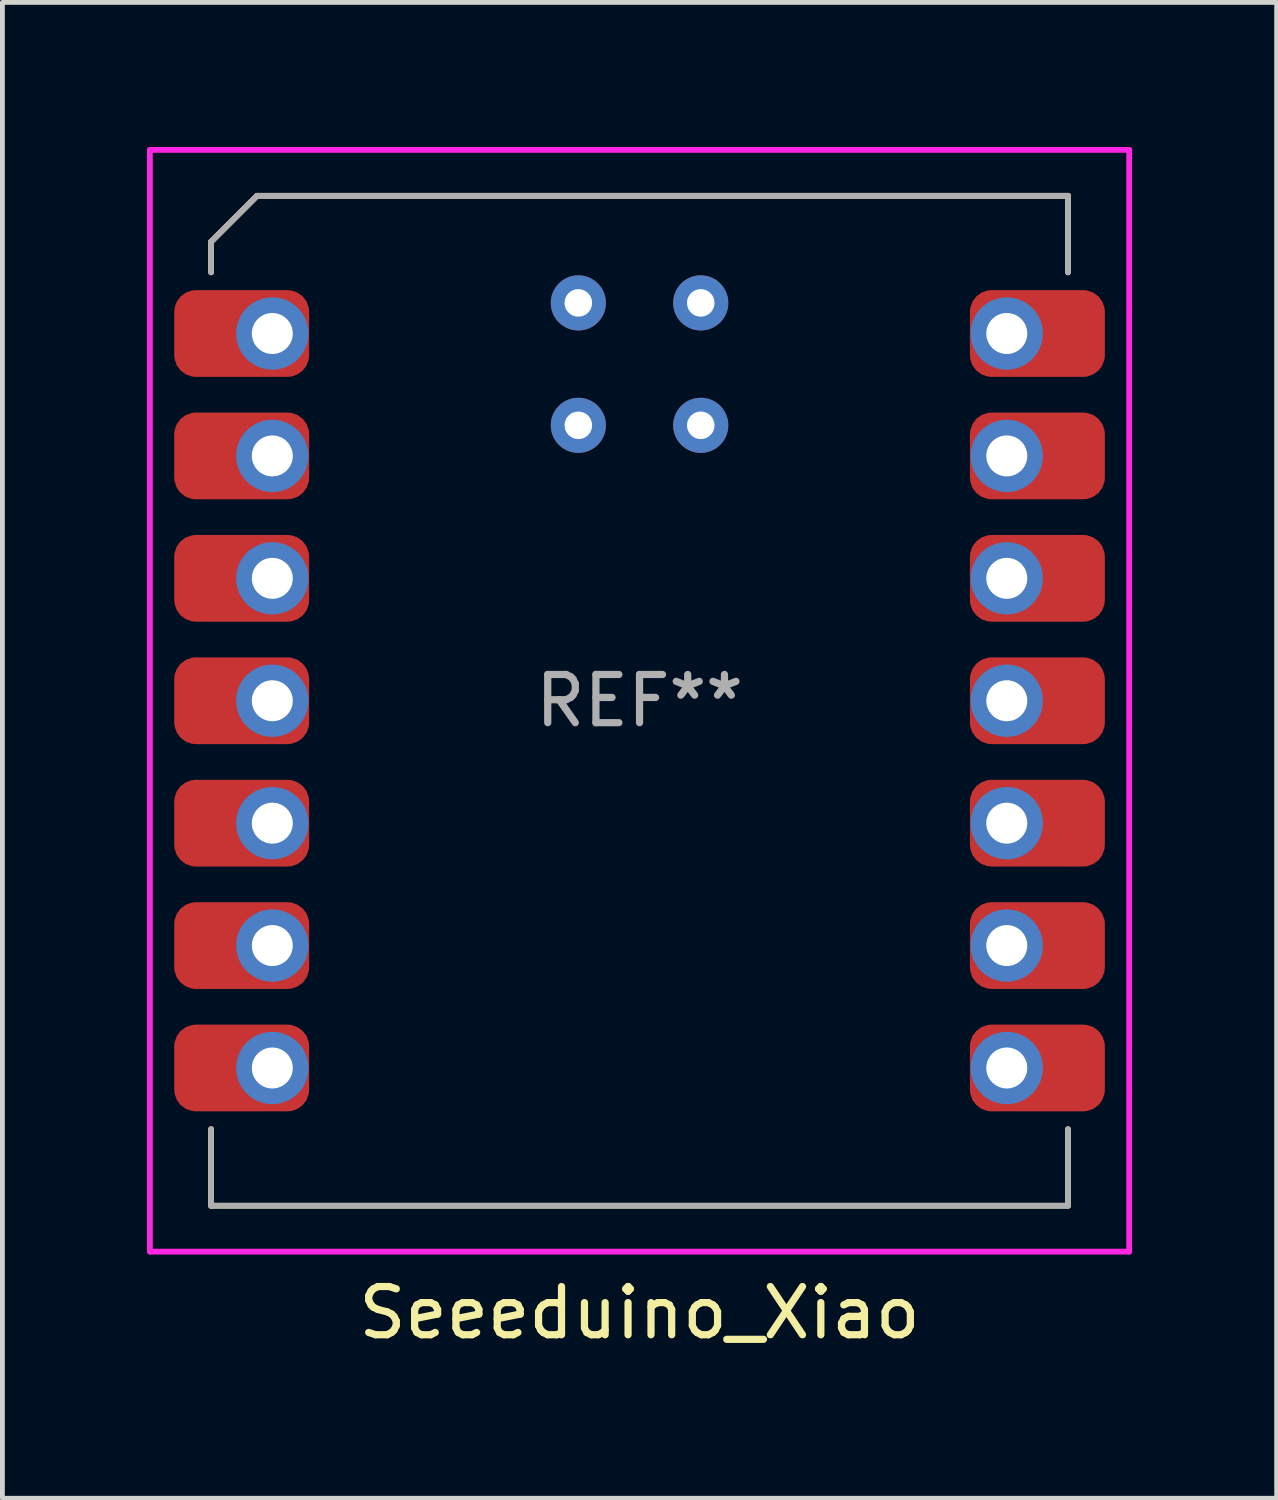
<source format=kicad_pcb>
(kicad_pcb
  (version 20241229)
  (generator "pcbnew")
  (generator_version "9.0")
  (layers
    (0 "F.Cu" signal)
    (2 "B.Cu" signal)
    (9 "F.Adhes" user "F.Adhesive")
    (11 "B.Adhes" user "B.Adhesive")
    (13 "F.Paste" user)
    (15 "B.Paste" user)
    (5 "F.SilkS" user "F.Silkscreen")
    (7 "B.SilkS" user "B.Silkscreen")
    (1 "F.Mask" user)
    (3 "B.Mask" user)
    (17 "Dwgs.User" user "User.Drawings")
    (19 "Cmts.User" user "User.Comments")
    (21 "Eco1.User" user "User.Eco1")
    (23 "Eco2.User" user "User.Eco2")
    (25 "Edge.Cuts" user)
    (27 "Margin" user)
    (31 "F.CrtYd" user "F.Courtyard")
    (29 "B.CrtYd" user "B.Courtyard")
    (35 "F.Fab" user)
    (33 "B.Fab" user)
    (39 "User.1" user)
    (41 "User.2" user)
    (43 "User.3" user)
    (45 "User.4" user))
  (footprint "Seeeduino_Xiao"
    (layer "F.Cu")
    (at 2.6 3.87)
    (property "Reference" "Seeeduino_Xiao" (at 7.62 20.32 0) (layer "F.SilkS") (effects (font (size 1 1) (thickness 0.15))))
    (attr through_hole)
    (fp_line (start -1.27 -1.905) (end -0.318 -2.857) (stroke (width 0.12) (type solid)) (layer "F.SilkS"))
    (fp_line (start -1.27 -1.27) (end -1.27 -1.905) (stroke (width 0.12) (type solid)) (layer "F.SilkS"))
    (fp_line (start -1.27 16.51) (end -1.27 18.098) (stroke (width 0.12) (type solid)) (layer "F.SilkS"))
    (fp_line (start -1.27 18.098) (end 16.51 18.098) (stroke (width 0.12) (type solid)) (layer "F.SilkS"))
    (fp_line (start -0.318 -2.857) (end 16.51 -2.857) (stroke (width 0.12) (type solid)) (layer "F.SilkS"))
    (fp_line (start 16.51 -2.857) (end 16.51 -1.27) (stroke (width 0.12) (type solid)) (layer "F.SilkS"))
    (fp_line (start 16.51 18.098) (end 16.51 16.51) (stroke (width 0.12) (type solid)) (layer "F.SilkS"))
    (fp_line (start -2.54 -3.81) (end 17.78 -3.81) (stroke (width 0.12) (type solid)) (layer "F.CrtYd"))
    (fp_line (start -2.54 19.05) (end -2.54 -3.81) (stroke (width 0.12) (type solid)) (layer "F.CrtYd"))
    (fp_line (start 17.78 -3.81) (end 17.78 19.05) (stroke (width 0.12) (type solid)) (layer "F.CrtYd"))
    (fp_line (start 17.78 19.05) (end -2.54 19.05) (stroke (width 0.12) (type solid)) (layer "F.CrtYd"))
    (fp_line (start -1.27 -1.905) (end -0.318 -2.857) (stroke (width 0.12) (type solid)) (layer "F.Fab"))
    (fp_line (start -1.27 -1.27) (end -1.27 -1.905) (stroke (width 0.12) (type solid)) (layer "F.Fab"))
    (fp_line (start -1.27 18.098) (end -1.27 16.51) (stroke (width 0.12) (type solid)) (layer "F.Fab"))
    (fp_line (start -0.318 -2.857) (end 16.51 -2.857) (stroke (width 0.12) (type solid)) (layer "F.Fab"))
    (fp_line (start 16.51 -2.857) (end 16.51 -1.27) (stroke (width 0.12) (type solid)) (layer "F.Fab"))
    (fp_line (start 16.51 16.51) (end 16.51 18.098) (stroke (width 0.12) (type solid)) (layer "F.Fab"))
    (fp_line (start 16.51 18.098) (end -1.27 18.098) (stroke (width 0.12) (type solid)) (layer "F.Fab"))
    (fp_text user "REF**" (at 7.62 7.62 0) (layer "F.Fab") (effects (font (size 1 1) (thickness 0.15))))
    (pad "1" smd roundrect (at -0.635 0) (size 2.8 1.8) (layers "F.Cu" "F.Mask") (roundrect_rratio 0.25))
    (pad "1" thru_hole circle (at 0 0) (size 1.5 1.5) (drill 0.85) (layers "*.Cu" "*.Mask"))
    (pad "2" smd roundrect (at -0.635 2.54) (size 2.8 1.8) (layers "F.Cu" "F.Mask") (roundrect_rratio 0.25))
    (pad "2" thru_hole circle (at 0 2.54) (size 1.5 1.5) (drill 0.85) (layers "*.Cu" "*.Mask"))
    (pad "3" smd roundrect (at -0.635 5.08) (size 2.8 1.8) (layers "F.Cu" "F.Mask") (roundrect_rratio 0.25))
    (pad "3" thru_hole circle (at 0 5.08) (size 1.5 1.5) (drill 0.85) (layers "*.Cu" "*.Mask"))
    (pad "4" smd roundrect (at -0.635 7.62) (size 2.8 1.8) (layers "F.Cu" "F.Mask") (roundrect_rratio 0.25))
    (pad "4" thru_hole circle (at 0 7.62) (size 1.5 1.5) (drill 0.85) (layers "*.Cu" "*.Mask"))
    (pad "5" smd roundrect (at -0.635 10.16) (size 2.8 1.8) (layers "F.Cu" "F.Mask") (roundrect_rratio 0.25))
    (pad "5" thru_hole circle (at 0 10.16) (size 1.5 1.5) (drill 0.85) (layers "*.Cu" "*.Mask"))
    (pad "6" smd roundrect (at -0.635 12.7) (size 2.8 1.8) (layers "F.Cu" "F.Mask") (roundrect_rratio 0.25))
    (pad "6" thru_hole circle (at 0 12.7) (size 1.5 1.5) (drill 0.85) (layers "*.Cu" "*.Mask"))
    (pad "7" smd roundrect (at -0.635 15.24) (size 2.8 1.8) (layers "F.Cu" "F.Mask") (roundrect_rratio 0.25))
    (pad "7" thru_hole circle (at 0 15.24) (size 1.5 1.5) (drill 0.85) (layers "*.Cu" "*.Mask"))
    (pad "8" thru_hole circle (at 15.24 15.24) (size 1.5 1.5) (drill 0.85) (layers "*.Cu" "*.Mask"))
    (pad "8" smd roundrect (at 15.875 15.24 180) (size 2.8 1.8) (layers "F.Cu" "F.Mask") (roundrect_rratio 0.25))
    (pad "9" thru_hole circle (at 15.24 12.7) (size 1.5 1.5) (drill 0.85) (layers "*.Cu" "*.Mask"))
    (pad "9" smd roundrect (at 15.875 12.7 180) (size 2.8 1.8) (layers "F.Cu" "F.Mask") (roundrect_rratio 0.25))
    (pad "10" thru_hole circle (at 15.24 10.16) (size 1.5 1.5) (drill 0.85) (layers "*.Cu" "*.Mask"))
    (pad "10" smd roundrect (at 15.875 10.16 180) (size 2.8 1.8) (layers "F.Cu" "F.Mask") (roundrect_rratio 0.25))
    (pad "11" thru_hole circle (at 15.24 7.62) (size 1.5 1.5) (drill 0.85) (layers "*.Cu" "*.Mask"))
    (pad "11" smd roundrect (at 15.875 7.62 180) (size 2.8 1.8) (layers "F.Cu" "F.Mask") (roundrect_rratio 0.25))
    (pad "12" thru_hole circle (at 15.24 5.08) (size 1.5 1.5) (drill 0.85) (layers "*.Cu" "*.Mask"))
    (pad "12" smd roundrect (at 15.875 5.08 180) (size 2.8 1.8) (layers "F.Cu" "F.Mask") (roundrect_rratio 0.25))
    (pad "13" thru_hole circle (at 15.24 2.54) (size 1.5 1.5) (drill 0.85) (layers "*.Cu" "*.Mask"))
    (pad "13" smd roundrect (at 15.875 2.54 180) (size 2.8 1.8) (layers "F.Cu" "F.Mask") (roundrect_rratio 0.25))
    (pad "14" thru_hole circle (at 15.24 0) (size 1.5 1.5) (drill 0.85) (layers "*.Cu" "*.Mask"))
    (pad "14" smd roundrect (at 15.875 0 180) (size 2.8 1.8) (layers "F.Cu" "F.Mask") (roundrect_rratio 0.25))
    (pad "17" thru_hole circle (at 6.35 -0.635 180) (size 1.143 1.143) (drill 0.572) (layers "*.Cu" "*.Mask"))
    (pad "18" thru_hole circle (at 8.89 -0.635 180) (size 1.143 1.143) (drill 0.572) (layers "*.Cu" "*.Mask"))
    (pad "19" thru_hole circle (at 6.35 1.905 180) (size 1.143 1.143) (drill 0.572) (layers "*.Cu" "*.Mask"))
    (pad "20" thru_hole circle (at 8.89 1.905 180) (size 1.143 1.143) (drill 0.572) (layers "*.Cu" "*.Mask")))
  (gr_rect
    (start -3 -3)
    (end 23.44 28.038)
    (stroke (width 0.1) (type default))
    (fill no)
    (layer "Edge.Cuts")))
</source>
